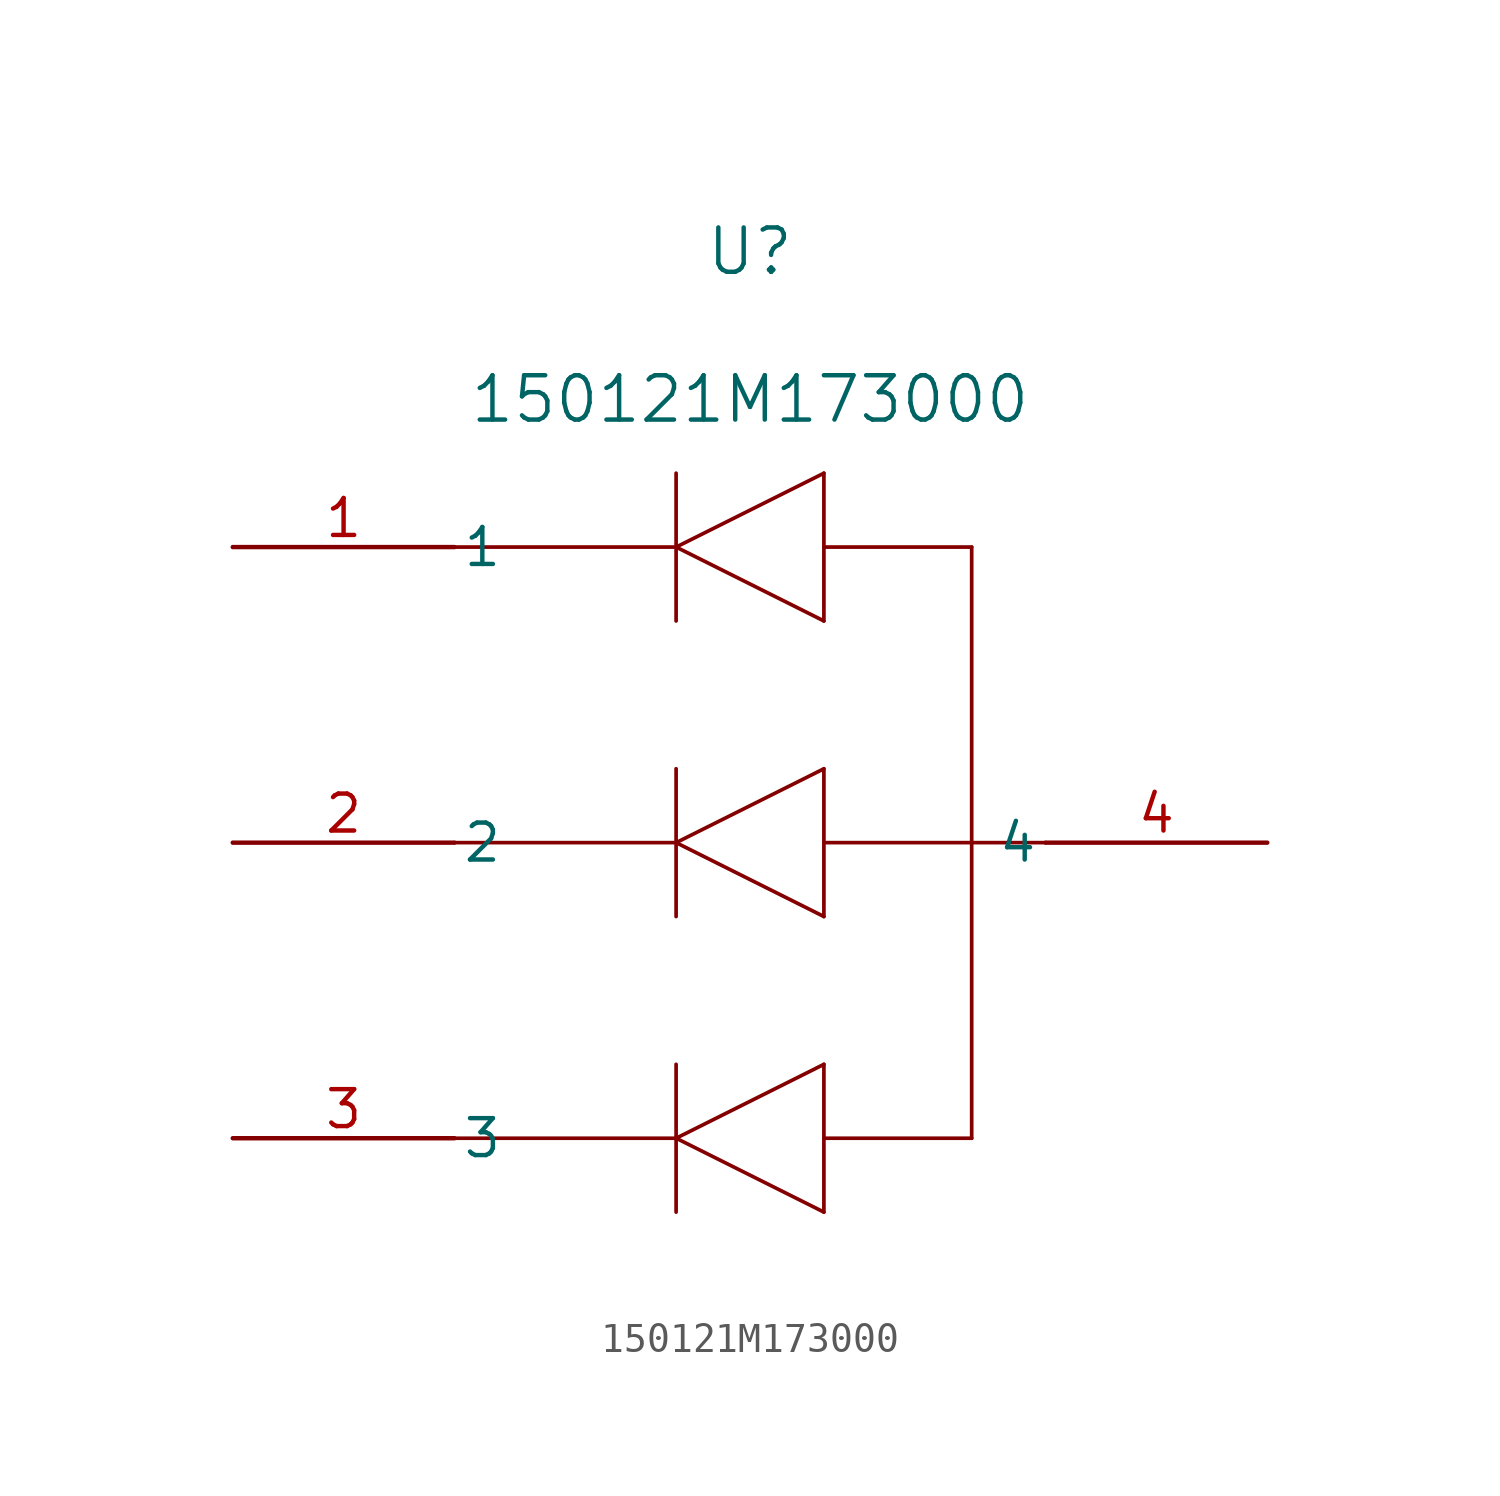
<source format=kicad_sym>
(kicad_symbol_lib
  (version 20211014)
  (generator kicad_symbol_editor)
  (symbol "150121M173000"
    (pin_names
      (offset 0.254))
    (property "Reference" "U"
      (at 17.78 10.16 0)
      (effects (font (size 1.524 1.524))))
    (property "Value" "150121M173000"
      (at 17.78 5.08 0)
      (effects (font (size 1.524 1.524))))
    (symbol "150121M173000_0_1"
      (polyline (pts (xy 7.62 0) (xy 15.24 0)) (stroke (width 0.127) (type default) (color 0 0 0 0)) (fill (type none)))
      (polyline (pts (xy 7.62 -10.16) (xy 15.24 -10.16)) (stroke (width 0.127) (type default) (color 0 0 0 0)) (fill (type none)))
      (polyline (pts (xy 7.62 -20.32) (xy 15.24 -20.32)) (stroke (width 0.127) (type default) (color 0 0 0 0)) (fill (type none)))
      (polyline (pts (xy 15.24 -20.32) (xy 15.24 -17.78)) (stroke (width 0.127) (type default) (color 0 0 0 0)) (fill (type none)))
      (polyline (pts (xy 15.24 -20.32) (xy 15.24 -22.86)) (stroke (width 0.127) (type default) (color 0 0 0 0)) (fill (type none)))
      (polyline (pts (xy 15.24 -20.32) (xy 20.32 -17.78)) (stroke (width 0.127) (type default) (color 0 0 0 0)) (fill (type none)))
      (polyline (pts (xy 20.32 -17.78) (xy 20.32 -22.86)) (stroke (width 0.127) (type default) (color 0 0 0 0)) (fill (type none)))
      (polyline (pts (xy 20.32 -22.86) (xy 15.24 -20.32)) (stroke (width 0.127) (type default) (color 0 0 0 0)) (fill (type none)))
      (polyline (pts (xy 15.24 -12.7) (xy 15.24 -7.62)) (stroke (width 0.127) (type default) (color 0 0 0 0)) (fill (type none)))
      (polyline (pts (xy 15.24 -10.16) (xy 20.32 -7.62)) (stroke (width 0.127) (type default) (color 0 0 0 0)) (fill (type none)))
      (polyline (pts (xy 20.32 -12.7) (xy 20.32 -7.62)) (stroke (width 0.127) (type default) (color 0 0 0 0)) (fill (type none)))
      (polyline (pts (xy 20.32 -12.7) (xy 15.24 -10.16)) (stroke (width 0.127) (type default) (color 0 0 0 0)) (fill (type none)))
      (polyline (pts (xy 15.24 -2.54) (xy 15.24 2.54)) (stroke (width 0.127) (type default) (color 0 0 0 0)) (fill (type none)))
      (polyline (pts (xy 15.24 0) (xy 20.32 2.54)) (stroke (width 0.127) (type default) (color 0 0 0 0)) (fill (type none)))
      (polyline (pts (xy 20.32 2.54) (xy 20.32 -2.54)) (stroke (width 0.127) (type default) (color 0 0 0 0)) (fill (type none)))
      (polyline (pts (xy 20.32 -2.54) (xy 15.24 0)) (stroke (width 0.127) (type default) (color 0 0 0 0)) (fill (type none)))
      (polyline (pts (xy 20.32 0) (xy 25.4 0)) (stroke (width 0.127) (type default) (color 0 0 0 0)) (fill (type none)))
      (polyline (pts (xy 25.4 0) (xy 25.4 -20.32)) (stroke (width 0.127) (type default) (color 0 0 0 0)) (fill (type none)))
      (polyline (pts (xy 25.4 -20.32) (xy 20.32 -20.32)) (stroke (width 0.127) (type default) (color 0 0 0 0)) (fill (type none)))
      (polyline (pts (xy 20.32 -10.16) (xy 27.94 -10.16)) (stroke (width 0.127) (type default) (color 0 0 0 0)) (fill (type none)))
      (pin unspecified line (at 0 0 0) (length 7.62) (name "1" (effects (font (size 1.27 1.27)))) (number "1" (effects (font (size 1.27 1.27)))))
      (pin unspecified line (at 0 -10.16 0) (length 7.62) (name "2" (effects (font (size 1.27 1.27)))) (number "2" (effects (font (size 1.27 1.27)))))
      (pin unspecified line (at 0 -20.32 0) (length 7.62) (name "3" (effects (font (size 1.27 1.27)))) (number "3" (effects (font (size 1.27 1.27)))))
      (pin unspecified line (at 35.56 -10.16 180) (length 7.62) (name "4" (effects (font (size 1.27 1.27)))) (number "4" (effects (font (size 1.27 1.27))))))))
</source>
